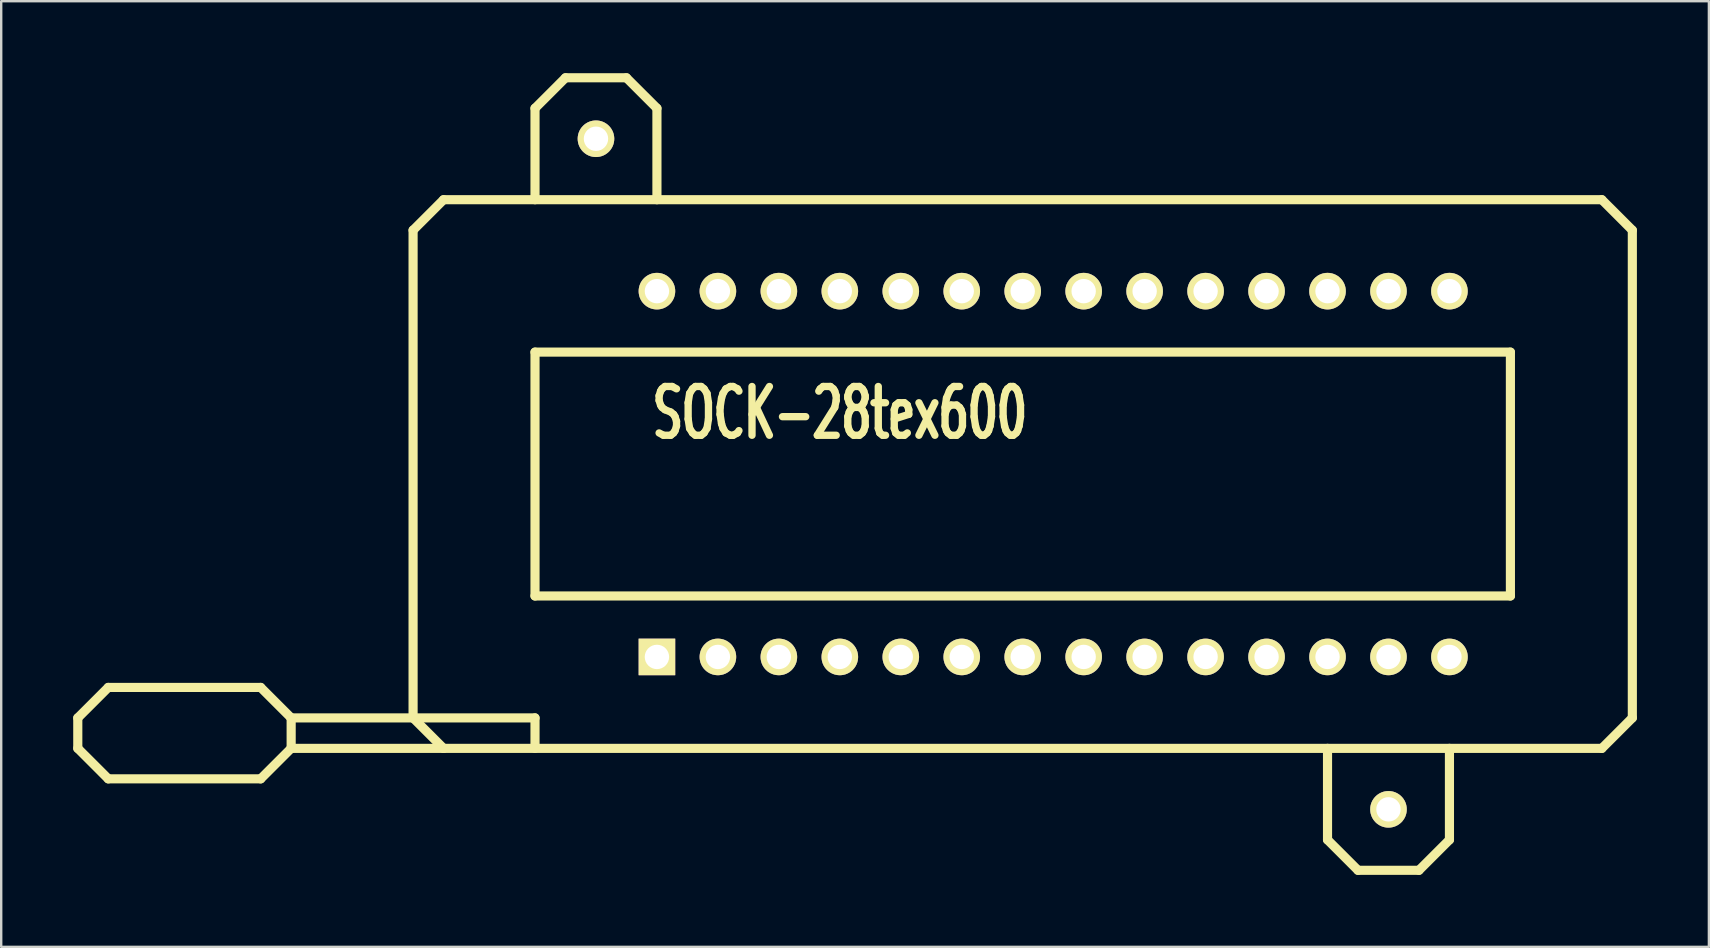
<source format=kicad_pcb>
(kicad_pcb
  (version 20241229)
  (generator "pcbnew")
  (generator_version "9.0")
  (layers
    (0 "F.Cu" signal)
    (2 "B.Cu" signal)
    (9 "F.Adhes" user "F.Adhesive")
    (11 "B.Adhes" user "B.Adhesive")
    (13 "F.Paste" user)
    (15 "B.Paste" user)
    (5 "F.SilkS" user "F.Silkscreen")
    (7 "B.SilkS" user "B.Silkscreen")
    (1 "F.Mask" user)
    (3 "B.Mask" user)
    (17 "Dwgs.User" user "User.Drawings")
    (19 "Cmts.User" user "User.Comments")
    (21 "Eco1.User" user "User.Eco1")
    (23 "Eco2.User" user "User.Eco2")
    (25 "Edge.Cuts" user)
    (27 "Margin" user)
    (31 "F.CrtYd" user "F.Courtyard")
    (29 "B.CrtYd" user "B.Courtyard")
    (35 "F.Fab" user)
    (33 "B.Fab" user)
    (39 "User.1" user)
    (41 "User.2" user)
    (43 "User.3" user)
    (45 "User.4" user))
  (footprint "SOCK-28tex600"
    (layer "F.Cu")
    (at 40.831 16.701)
    (property "Reference" "SOCK-28tex600" (at -8.89 -2.54 0) (layer "F.SilkS") (effects (font (size 2.032 1.27) (thickness 0.305))))
    (attr through_hole)
    (fp_line (start -40.64 10.16) (end -40.64 11.43) (stroke (width 0.381) (type solid)) (layer "F.SilkS"))
    (fp_line (start -40.64 11.43) (end -39.37 12.7) (stroke (width 0.381) (type solid)) (layer "F.SilkS"))
    (fp_line (start -39.37 8.89) (end -40.64 10.16) (stroke (width 0.381) (type solid)) (layer "F.SilkS"))
    (fp_line (start -39.37 12.7) (end -33.02 12.7) (stroke (width 0.381) (type solid)) (layer "F.SilkS"))
    (fp_line (start -33.02 8.89) (end -39.37 8.89) (stroke (width 0.381) (type solid)) (layer "F.SilkS"))
    (fp_line (start -33.02 12.7) (end -31.75 11.43) (stroke (width 0.381) (type solid)) (layer "F.SilkS"))
    (fp_line (start -31.75 10.16) (end -33.02 8.89) (stroke (width 0.381) (type solid)) (layer "F.SilkS"))
    (fp_line (start -31.75 10.16) (end -21.59 10.16) (stroke (width 0.381) (type solid)) (layer "F.SilkS"))
    (fp_line (start -31.75 11.43) (end -31.75 10.16) (stroke (width 0.381) (type solid)) (layer "F.SilkS"))
    (fp_line (start -31.75 11.43) (end -25.4 11.43) (stroke (width 0.381) (type solid)) (layer "F.SilkS"))
    (fp_line (start -26.67 -10.16) (end -26.67 10.16) (stroke (width 0.381) (type solid)) (layer "F.SilkS"))
    (fp_line (start -26.67 10.16) (end -25.4 11.43) (stroke (width 0.381) (type solid)) (layer "F.SilkS"))
    (fp_line (start -25.4 -11.43) (end -26.67 -10.16) (stroke (width 0.381) (type solid)) (layer "F.SilkS"))
    (fp_line (start -25.4 11.43) (end 22.86 11.43) (stroke (width 0.381) (type solid)) (layer "F.SilkS"))
    (fp_line (start -21.59 -15.24) (end -21.59 -11.43) (stroke (width 0.381) (type solid)) (layer "F.SilkS"))
    (fp_line (start -21.59 -5.08) (end -21.59 5.08) (stroke (width 0.381) (type solid)) (layer "F.SilkS"))
    (fp_line (start -21.59 5.08) (end 19.05 5.08) (stroke (width 0.381) (type solid)) (layer "F.SilkS"))
    (fp_line (start -21.59 10.16) (end -21.59 11.43) (stroke (width 0.381) (type solid)) (layer "F.SilkS"))
    (fp_line (start -20.32 -16.51) (end -21.59 -15.24) (stroke (width 0.381) (type solid)) (layer "F.SilkS"))
    (fp_line (start -17.78 -16.51) (end -20.32 -16.51) (stroke (width 0.381) (type solid)) (layer "F.SilkS"))
    (fp_line (start -16.51 -15.24) (end -17.78 -16.51) (stroke (width 0.381) (type solid)) (layer "F.SilkS"))
    (fp_line (start -16.51 -11.43) (end -16.51 -15.24) (stroke (width 0.381) (type solid)) (layer "F.SilkS"))
    (fp_line (start 11.43 15.24) (end 11.43 11.43) (stroke (width 0.381) (type solid)) (layer "F.SilkS"))
    (fp_line (start 12.7 16.51) (end 11.43 15.24) (stroke (width 0.381) (type solid)) (layer "F.SilkS"))
    (fp_line (start 15.24 16.51) (end 12.7 16.51) (stroke (width 0.381) (type solid)) (layer "F.SilkS"))
    (fp_line (start 16.51 11.43) (end 16.51 15.24) (stroke (width 0.381) (type solid)) (layer "F.SilkS"))
    (fp_line (start 16.51 15.24) (end 15.24 16.51) (stroke (width 0.381) (type solid)) (layer "F.SilkS"))
    (fp_line (start 19.05 -5.08) (end -21.59 -5.08) (stroke (width 0.381) (type solid)) (layer "F.SilkS"))
    (fp_line (start 19.05 5.08) (end 19.05 -5.08) (stroke (width 0.381) (type solid)) (layer "F.SilkS"))
    (fp_line (start 22.86 -11.43) (end -25.4 -11.43) (stroke (width 0.381) (type solid)) (layer "F.SilkS"))
    (fp_line (start 22.86 11.43) (end 24.13 10.16) (stroke (width 0.381) (type solid)) (layer "F.SilkS"))
    (fp_line (start 24.13 -10.16) (end 22.86 -11.43) (stroke (width 0.381) (type solid)) (layer "F.SilkS"))
    (fp_line (start 24.13 10.16) (end 24.13 -10.16) (stroke (width 0.381) (type solid)) (layer "F.SilkS"))
    (pad "1" thru_hole rect (at -16.51 7.62) (size 1.524 1.524) (drill 1.016) (layers "*.Cu" "*.Mask" "F.SilkS"))
    (pad "2" thru_hole circle (at -13.97 7.62) (size 1.524 1.524) (drill 1.016) (layers "*.Cu" "*.Mask" "F.SilkS"))
    (pad "3" thru_hole circle (at -11.43 7.62) (size 1.524 1.524) (drill 1.016) (layers "*.Cu" "*.Mask" "F.SilkS"))
    (pad "4" thru_hole circle (at -8.89 7.62) (size 1.524 1.524) (drill 1.016) (layers "*.Cu" "*.Mask" "F.SilkS"))
    (pad "5" thru_hole circle (at -6.35 7.62) (size 1.524 1.524) (drill 1.016) (layers "*.Cu" "*.Mask" "F.SilkS"))
    (pad "6" thru_hole circle (at -3.81 7.62) (size 1.524 1.524) (drill 1.016) (layers "*.Cu" "*.Mask" "F.SilkS"))
    (pad "7" thru_hole circle (at -1.27 7.62) (size 1.524 1.524) (drill 1.016) (layers "*.Cu" "*.Mask" "F.SilkS"))
    (pad "8" thru_hole circle (at 1.27 7.62) (size 1.524 1.524) (drill 1.016) (layers "*.Cu" "*.Mask" "F.SilkS"))
    (pad "9" thru_hole circle (at 3.81 7.62) (size 1.524 1.524) (drill 1.016) (layers "*.Cu" "*.Mask" "F.SilkS"))
    (pad "10" thru_hole circle (at 6.35 7.62) (size 1.524 1.524) (drill 1.016) (layers "*.Cu" "*.Mask" "F.SilkS"))
    (pad "11" thru_hole circle (at 8.89 7.62) (size 1.524 1.524) (drill 1.016) (layers "*.Cu" "*.Mask" "F.SilkS"))
    (pad "12" thru_hole circle (at 11.43 7.62) (size 1.524 1.524) (drill 1.016) (layers "*.Cu" "*.Mask" "F.SilkS"))
    (pad "13" thru_hole circle (at 13.97 7.62) (size 1.524 1.524) (drill 1.016) (layers "*.Cu" "*.Mask" "F.SilkS"))
    (pad "14" thru_hole circle (at 16.51 7.62) (size 1.524 1.524) (drill 1.016) (layers "*.Cu" "*.Mask" "F.SilkS"))
    (pad "15" thru_hole circle (at 16.51 -7.62) (size 1.524 1.524) (drill 1.016) (layers "*.Cu" "*.Mask" "F.SilkS"))
    (pad "16" thru_hole circle (at 13.97 -7.62) (size 1.524 1.524) (drill 1.016) (layers "*.Cu" "*.Mask" "F.SilkS"))
    (pad "17" thru_hole circle (at 11.43 -7.62) (size 1.524 1.524) (drill 1.016) (layers "*.Cu" "*.Mask" "F.SilkS"))
    (pad "18" thru_hole circle (at 8.89 -7.62) (size 1.524 1.524) (drill 1.016) (layers "*.Cu" "*.Mask" "F.SilkS"))
    (pad "19" thru_hole circle (at 6.35 -7.62) (size 1.524 1.524) (drill 1.016) (layers "*.Cu" "*.Mask" "F.SilkS"))
    (pad "20" thru_hole circle (at 3.81 -7.62) (size 1.524 1.524) (drill 1.016) (layers "*.Cu" "*.Mask" "F.SilkS"))
    (pad "21" thru_hole circle (at 1.27 -7.62) (size 1.524 1.524) (drill 1.016) (layers "*.Cu" "*.Mask" "F.SilkS"))
    (pad "22" thru_hole circle (at -1.27 -7.62) (size 1.524 1.524) (drill 1.016) (layers "*.Cu" "*.Mask" "F.SilkS"))
    (pad "23" thru_hole circle (at -3.81 -7.62) (size 1.524 1.524) (drill 1.016) (layers "*.Cu" "*.Mask" "F.SilkS"))
    (pad "24" thru_hole circle (at -6.35 -7.62) (size 1.524 1.524) (drill 1.016) (layers "*.Cu" "*.Mask" "F.SilkS"))
    (pad "25" thru_hole circle (at -8.89 -7.62) (size 1.524 1.524) (drill 1.016) (layers "*.Cu" "*.Mask" "F.SilkS"))
    (pad "26" thru_hole circle (at -11.43 -7.62) (size 1.524 1.524) (drill 1.016) (layers "*.Cu" "*.Mask" "F.SilkS"))
    (pad "27" thru_hole circle (at -13.97 -7.62) (size 1.524 1.524) (drill 1.016) (layers "*.Cu" "*.Mask" "F.SilkS"))
    (pad "28" thru_hole circle (at -16.51 -7.62) (size 1.524 1.524) (drill 1.016) (layers "*.Cu" "*.Mask" "F.SilkS"))
    (pad "HOLE" thru_hole circle (at -19.05 -13.97) (size 1.524 1.524) (drill 1.016) (layers "*.Cu" "*.Mask" "F.SilkS"))
    (pad "HOLE" thru_hole circle (at 13.97 13.97) (size 1.524 1.524) (drill 1.016) (layers "*.Cu" "*.Mask" "F.SilkS")))
  (gr_rect
    (start -3 -3)
    (end 68.151 36.401)
    (stroke (width 0.1) (type default))
    (fill no)
    (layer "Edge.Cuts")))
</source>
